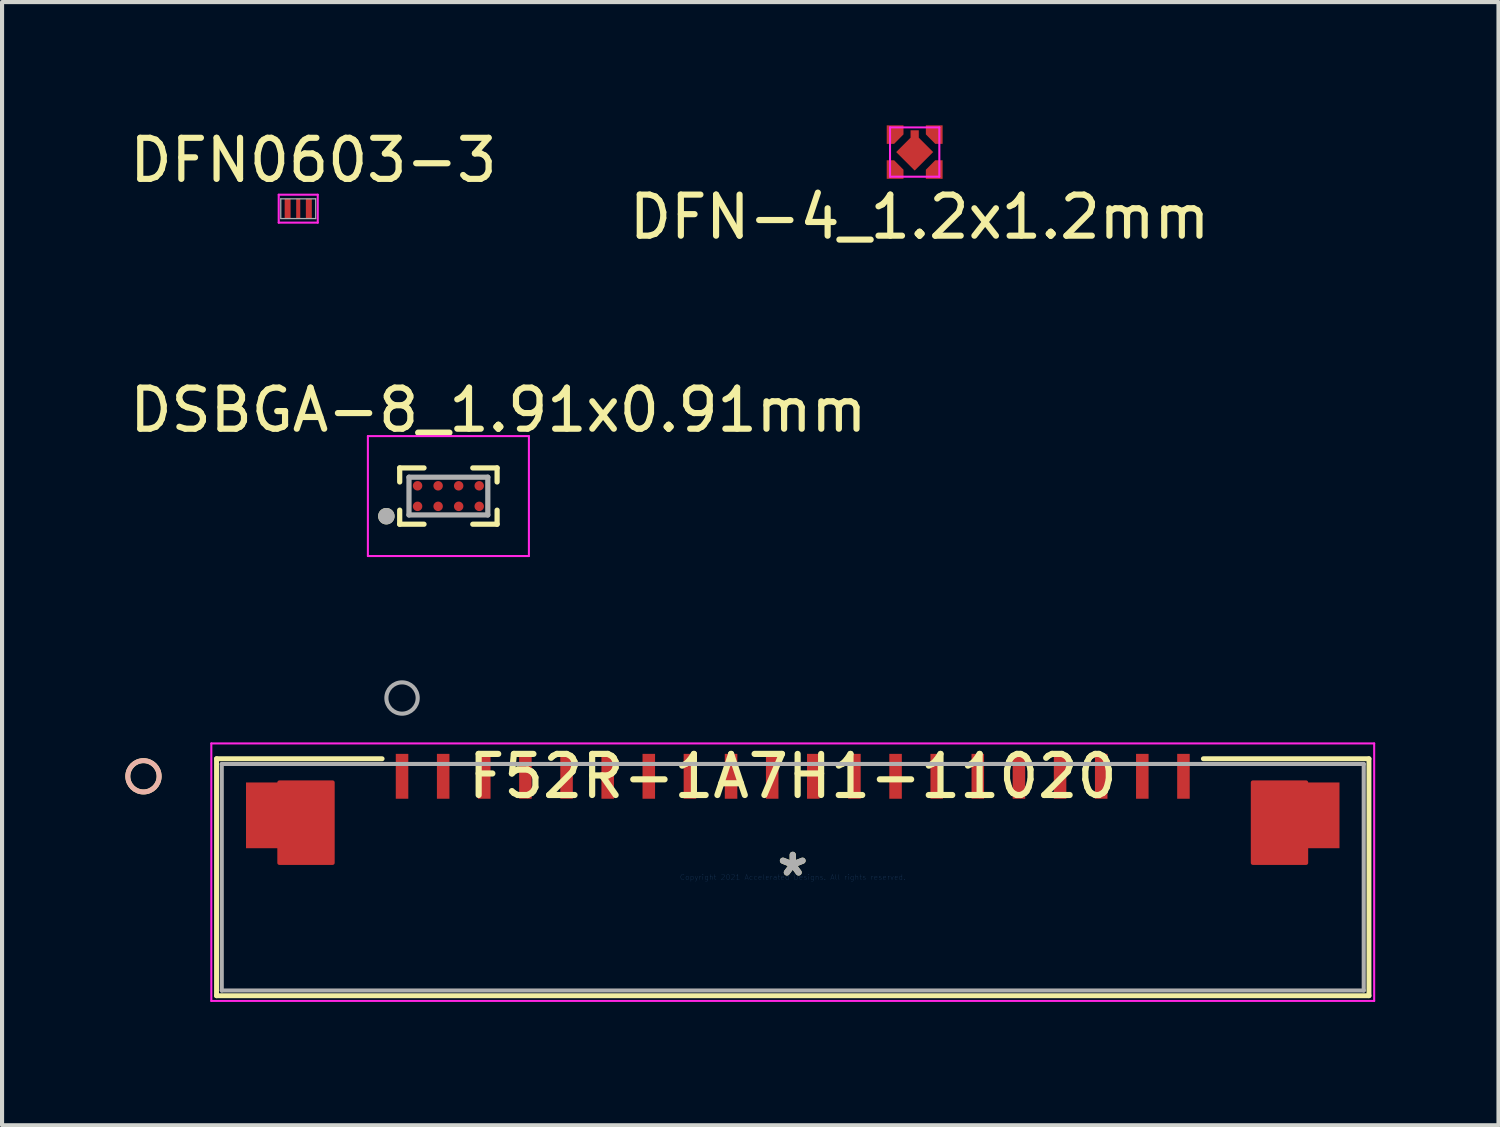
<source format=kicad_pcb>
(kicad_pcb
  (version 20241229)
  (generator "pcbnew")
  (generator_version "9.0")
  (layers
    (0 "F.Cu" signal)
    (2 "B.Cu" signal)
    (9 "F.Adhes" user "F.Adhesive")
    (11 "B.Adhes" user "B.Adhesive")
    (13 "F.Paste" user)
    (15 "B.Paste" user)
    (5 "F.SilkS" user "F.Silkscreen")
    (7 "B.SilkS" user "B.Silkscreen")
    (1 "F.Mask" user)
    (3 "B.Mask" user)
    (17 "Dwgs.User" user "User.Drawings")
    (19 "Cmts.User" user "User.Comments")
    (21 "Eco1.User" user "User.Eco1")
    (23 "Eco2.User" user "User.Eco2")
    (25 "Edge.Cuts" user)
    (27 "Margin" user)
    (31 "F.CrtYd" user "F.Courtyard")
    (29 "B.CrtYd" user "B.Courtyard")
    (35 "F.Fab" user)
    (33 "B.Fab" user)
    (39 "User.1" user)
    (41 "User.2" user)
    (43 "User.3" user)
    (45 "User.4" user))
  (footprint "DFN-4_1.2x1.2mm"
    (layer "F.Cu")
    (at 19.207 0.65)
    (property "Reference" "DFN-4_1.2x1.2mm" (at 0.12 1.58 0) (layer "F.SilkS") (effects (font (size 1 1) (thickness 0.15))))
    (attr through_hole)
    (fp_line (start -0.6 -0.6) (end 0.6 -0.6) (stroke (width 0.05) (type solid)) (layer "F.CrtYd"))
    (fp_line (start -0.6 0.6) (end -0.6 -0.6) (stroke (width 0.05) (type solid)) (layer "F.CrtYd"))
    (fp_line (start 0.6 -0.6) (end 0.6 0.6) (stroke (width 0.05) (type solid)) (layer "F.CrtYd"))
    (fp_line (start 0.6 0.6) (end -0.6 0.6) (stroke (width 0.05) (type solid)) (layer "F.CrtYd"))
    (pad "1" smd custom (at -0.48 0.45 180) (size 0.2 0.2) (layers "F.Cu" "F.Mask" "F.Paste") (options (anchor rect)) (primitives (gr_poly (pts (xy 0.2 -0.2) (xy -0.208 -0.2) (xy -0.208 0.02) (xy 0.02 0.25) (xy 0.2 0.25)) (width 0) (fill yes))))
    (pad "2" smd custom (at 0.48 0.45 180) (size 0.2 0.2) (layers "F.Cu" "F.Mask" "F.Paste") (options (anchor rect)) (primitives (gr_poly (pts (xy -0.2 -0.2) (xy 0.208 -0.2) (xy 0.208 0.02) (xy -0.02 0.25) (xy -0.2 0.25)) (width 0) (fill yes))))
    (pad "3" smd custom (at 0.48 -0.45) (size 0.2 0.2) (layers "F.Cu" "F.Mask" "F.Paste") (options (anchor rect)) (primitives (gr_poly (pts (xy 0.2 -0.2) (xy -0.208 -0.2) (xy -0.208 0.02) (xy 0.02 0.25) (xy 0.2 0.25)) (width 0) (fill yes))))
    (pad "4" smd custom (at -0.48 -0.45) (size 0.2 0.2) (layers "F.Cu" "F.Mask" "F.Paste") (options (anchor rect)) (primitives (gr_poly (pts (xy -0.2 -0.2) (xy 0.208 -0.2) (xy 0.208 0.02) (xy -0.02 0.25) (xy -0.2 0.25)) (width 0) (fill yes))))
    (pad "5" smd custom (at 0 0 180) (size 0.2 0.2) (layers "F.Cu" "F.Mask" "F.Paste") (options (anchor rect)) (primitives (gr_poly (pts (xy -0.45 0) (xy 0 -0.45) (xy 0.45 0) (xy 0.1 0.35) (xy 0.1 0.53) (xy -0.1 0.53) (xy -0.1 0.35)) (width 0) (fill yes)))))
  (footprint "DSBGA-8_1.91x0.91mm"
    (layer "F.Cu")
    (at 7.861 9.021)
    (property "Reference" "DSBGA-8_1.91x0.91mm" (at 1.216 -2.094 0) (layer "F.SilkS") (effects (font (size 1 1) (thickness 0.15))))
    (attr smd)
    (fp_line (start -1.185 -0.685) (end -1.185 -0.343) (stroke (width 0.127) (type solid)) (layer "F.SilkS"))
    (fp_line (start -1.185 -0.685) (end -0.593 -0.685) (stroke (width 0.127) (type solid)) (layer "F.SilkS"))
    (fp_line (start -1.185 0.685) (end -1.185 0.343) (stroke (width 0.127) (type solid)) (layer "F.SilkS"))
    (fp_line (start -1.185 0.685) (end -0.593 0.685) (stroke (width 0.127) (type solid)) (layer "F.SilkS"))
    (fp_line (start 1.185 -0.685) (end 0.593 -0.685) (stroke (width 0.127) (type solid)) (layer "F.SilkS"))
    (fp_line (start 1.185 -0.685) (end 1.185 -0.343) (stroke (width 0.127) (type solid)) (layer "F.SilkS"))
    (fp_line (start 1.185 0.685) (end 0.593 0.685) (stroke (width 0.127) (type solid)) (layer "F.SilkS"))
    (fp_line (start 1.185 0.685) (end 1.185 0.343) (stroke (width 0.127) (type solid)) (layer "F.SilkS"))
    (fp_circle (center -1.51 0.49) (end -1.41 0.49) (stroke (width 0.2) (type solid)) (fill no) (layer "F.SilkS"))
    (fp_line (start -1.959 -1.459) (end 1.959 -1.459) (stroke (width 0.05) (type solid)) (layer "F.CrtYd"))
    (fp_line (start -1.959 1.459) (end -1.959 -1.459) (stroke (width 0.05) (type solid)) (layer "F.CrtYd"))
    (fp_line (start -1.959 1.459) (end 1.959 1.459) (stroke (width 0.05) (type solid)) (layer "F.CrtYd"))
    (fp_line (start 1.959 1.459) (end 1.959 -1.459) (stroke (width 0.05) (type solid)) (layer "F.CrtYd"))
    (fp_line (start -0.959 0.459) (end -0.959 -0.459) (stroke (width 0.127) (type solid)) (layer "F.Fab"))
    (fp_line (start 0.959 -0.459) (end -0.959 -0.459) (stroke (width 0.127) (type solid)) (layer "F.Fab"))
    (fp_line (start 0.959 0.459) (end -0.959 0.459) (stroke (width 0.127) (type solid)) (layer "F.Fab"))
    (fp_line (start 0.959 0.459) (end 0.959 -0.459) (stroke (width 0.127) (type solid)) (layer "F.Fab"))
    (fp_circle (center -1.51 0.49) (end -1.41 0.49) (stroke (width 0.2) (type solid)) (fill no) (layer "F.Fab"))
    (pad "1" smd circle (at -0.75 0.25) (size 0.23 0.23) (layers "F.Cu" "F.Mask" "F.Paste"))
    (pad "2" smd circle (at -0.25 0.25) (size 0.23 0.23) (layers "F.Cu" "F.Mask" "F.Paste"))
    (pad "3" smd circle (at 0.25 0.25) (size 0.23 0.23) (layers "F.Cu" "F.Mask" "F.Paste"))
    (pad "4" smd circle (at 0.75 0.25) (size 0.23 0.23) (layers "F.Cu" "F.Mask" "F.Paste"))
    (pad "5" smd circle (at 0.75 -0.25) (size 0.23 0.23) (layers "F.Cu" "F.Mask" "F.Paste"))
    (pad "6" smd circle (at 0.25 -0.25) (size 0.23 0.23) (layers "F.Cu" "F.Mask" "F.Paste"))
    (pad "7" smd circle (at -0.25 -0.25) (size 0.23 0.23) (layers "F.Cu" "F.Mask" "F.Paste"))
    (pad "8" smd circle (at -0.75 -0.25) (size 0.23 0.23) (layers "F.Cu" "F.Mask" "F.Paste")))
  (footprint "DFN0603-3"
    (layer "F.Cu")
    (at 4.207 2.028)
    (property "Reference" "DFN0603-3" (at 0.37 -1.18 0) (layer "F.SilkS") (effects (font (size 1 1) (thickness 0.15))))
    (attr smd)
    (fp_line (start -0.475 -0.34) (end 0.475 -0.34) (stroke (width 0.05) (type solid)) (layer "F.CrtYd"))
    (fp_line (start -0.475 0.34) (end -0.475 -0.34) (stroke (width 0.05) (type solid)) (layer "F.CrtYd"))
    (fp_line (start -0.475 0.34) (end 0.475 0.34) (stroke (width 0.05) (type solid)) (layer "F.CrtYd"))
    (fp_line (start 0.475 0.34) (end 0.475 -0.34) (stroke (width 0.05) (type solid)) (layer "F.CrtYd"))
    (fp_line (start -0.425 -0.24) (end 0.425 -0.24) (stroke (width 0.03) (type solid)) (layer "F.Fab"))
    (fp_line (start -0.425 0.24) (end -0.425 -0.24) (stroke (width 0.03) (type solid)) (layer "F.Fab"))
    (fp_line (start -0.425 0.24) (end 0.425 0.24) (stroke (width 0.03) (type solid)) (layer "F.Fab"))
    (fp_line (start 0.425 0.24) (end 0.425 -0.24) (stroke (width 0.03) (type solid)) (layer "F.Fab"))
    (pad "1" smd rect (at -0.258 0) (size 0.145 0.48) (layers "F.Cu" "F.Mask" "F.Paste"))
    (pad "2" smd rect (at 0 0) (size 0.1 0.48) (layers "F.Cu" "F.Mask" "F.Paste"))
    (pad "3" smd rect (at 0.258 0) (size 0.145 0.48) (layers "F.Cu" "F.Mask" "F.Paste")))
  (footprint "F52R-1A7H1-11020"
    (layer "F.Cu")
    (at 16.24 18.296)
    (property "Reference" "F52R-1A7H1-11020" (at 0 -2.456 0) (layer "F.SilkS") (effects (font (size 1 1) (thickness 0.15))))
    (attr through_hole)
    (fp_poly (pts (xy -12.492 -0.35) (xy -12.492 -2.306) (xy -11.196 -2.306) (xy -11.196 -0.35)) (stroke (width 0.1) (type solid)) (fill yes) (layer "F.Cu"))
    (fp_poly (pts (xy 12.492 -0.35) (xy 12.492 -2.306) (xy 11.196 -2.306) (xy 11.196 -0.35)) (stroke (width 0.1) (type solid)) (fill yes) (layer "F.Cu"))
    (fp_poly (pts (xy -12.492 -0.35) (xy -12.492 -2.306) (xy -11.196 -2.306) (xy -11.196 -0.35)) (stroke (width 0.1) (type solid)) (fill yes) (layer "F.Mask"))
    (fp_poly (pts (xy 12.492 -0.35) (xy 12.492 -2.306) (xy 11.196 -2.306) (xy 11.196 -0.35)) (stroke (width 0.1) (type solid)) (fill yes) (layer "F.Mask"))
    (fp_line (start -14.021 -2.883) (end -14.021 2.883) (stroke (width 0.12) (type solid)) (layer "F.SilkS"))
    (fp_line (start -14.021 2.883) (end 14.021 2.883) (stroke (width 0.12) (type solid)) (layer "F.SilkS"))
    (fp_line (start -9.992 -2.883) (end -14.021 -2.883) (stroke (width 0.12) (type solid)) (layer "F.SilkS"))
    (fp_line (start 14.021 -2.883) (end 9.992 -2.883) (stroke (width 0.12) (type solid)) (layer "F.SilkS"))
    (fp_line (start 14.021 2.883) (end 14.021 -2.883) (stroke (width 0.12) (type solid)) (layer "F.SilkS"))
    (fp_circle (center -15.799 -2.456) (end -15.418 -2.456) (stroke (width 0.12) (type solid)) (fill no) (layer "F.SilkS"))
    (fp_circle (center -15.799 -2.456) (end -15.418 -2.456) (stroke (width 0.12) (type solid)) (fill no) (layer "B.SilkS"))
    (fp_poly (pts (xy -12.492 -0.35) (xy -12.492 -2.306) (xy -11.196 -2.306) (xy -11.196 -0.35)) (stroke (width 0.1) (type solid)) (fill yes) (layer "F.Paste"))
    (fp_poly (pts (xy 12.492 -0.35) (xy 12.492 -2.306) (xy 11.196 -2.306) (xy 11.196 -0.35)) (stroke (width 0.1) (type solid)) (fill yes) (layer "F.Paste"))
    (fp_line (start -14.148 -3.256) (end -14.148 3.01) (stroke (width 0.05) (type solid)) (layer "F.CrtYd"))
    (fp_line (start -14.148 3.01) (end 14.148 3.01) (stroke (width 0.05) (type solid)) (layer "F.CrtYd"))
    (fp_line (start 14.148 -3.256) (end -14.148 -3.256) (stroke (width 0.05) (type solid)) (layer "F.CrtYd"))
    (fp_line (start 14.148 3.01) (end 14.148 -3.256) (stroke (width 0.05) (type solid)) (layer "F.CrtYd"))
    (fp_line (start -13.894 -2.756) (end -13.894 2.756) (stroke (width 0.1) (type solid)) (layer "F.Fab"))
    (fp_line (start -13.894 2.756) (end 13.894 2.756) (stroke (width 0.1) (type solid)) (layer "F.Fab"))
    (fp_line (start 13.894 -2.756) (end -13.894 -2.756) (stroke (width 0.1) (type solid)) (layer "F.Fab"))
    (fp_line (start 13.894 2.756) (end 13.894 -2.756) (stroke (width 0.1) (type solid)) (layer "F.Fab"))
    (fp_circle (center -9.507 -4.361) (end -9.126 -4.361) (stroke (width 0.1) (type solid)) (fill no) (layer "F.Fab"))
    (fp_text user "*" (at 0 0 0) (layer "F.SilkS") (effects (font (size 1 1) (thickness 0.15))))
    (fp_text user "Copyright 2021 Accelerated Designs. All rights reserved." (at 0 0 0) (layer "Cmts.User") (effects (font (size 0.127 0.127) (thickness 0.002))))
    (fp_text user "*" (at 0 0 0) (layer "F.Fab") (effects (font (size 1 1) (thickness 0.15))))
    (pad "1" smd rect (at -9.507 -2.456) (size 0.305 1.092) (layers "F.Cu" "F.Mask" "F.Paste"))
    (pad "2" smd rect (at -8.506 -2.456) (size 0.305 1.092) (layers "F.Cu" "F.Mask" "F.Paste"))
    (pad "3" smd rect (at -7.506 -2.456) (size 0.305 1.092) (layers "F.Cu" "F.Mask" "F.Paste"))
    (pad "4" smd rect (at -6.505 -2.456) (size 0.305 1.092) (layers "F.Cu" "F.Mask" "F.Paste"))
    (pad "5" smd rect (at -5.504 -2.456) (size 0.305 1.092) (layers "F.Cu" "F.Mask" "F.Paste"))
    (pad "6" smd rect (at -4.503 -2.456) (size 0.305 1.092) (layers "F.Cu" "F.Mask" "F.Paste"))
    (pad "7" smd rect (at -3.503 -2.456) (size 0.305 1.092) (layers "F.Cu" "F.Mask" "F.Paste"))
    (pad "8" smd rect (at -2.502 -2.456) (size 0.305 1.092) (layers "F.Cu" "F.Mask" "F.Paste"))
    (pad "9" smd rect (at -1.501 -2.456) (size 0.305 1.092) (layers "F.Cu" "F.Mask" "F.Paste"))
    (pad "10" smd rect (at -0.5 -2.456) (size 0.305 1.092) (layers "F.Cu" "F.Mask" "F.Paste"))
    (pad "11" smd rect (at 0.5 -2.456) (size 0.305 1.092) (layers "F.Cu" "F.Mask" "F.Paste"))
    (pad "12" smd rect (at 1.501 -2.456) (size 0.305 1.092) (layers "F.Cu" "F.Mask" "F.Paste"))
    (pad "13" smd rect (at 2.502 -2.456) (size 0.305 1.092) (layers "F.Cu" "F.Mask" "F.Paste"))
    (pad "14" smd rect (at 3.503 -2.456) (size 0.305 1.092) (layers "F.Cu" "F.Mask" "F.Paste"))
    (pad "15" smd rect (at 4.503 -2.456) (size 0.305 1.092) (layers "F.Cu" "F.Mask" "F.Paste"))
    (pad "16" smd rect (at 5.504 -2.456) (size 0.305 1.092) (layers "F.Cu" "F.Mask" "F.Paste"))
    (pad "17" smd rect (at 6.505 -2.456) (size 0.305 1.092) (layers "F.Cu" "F.Mask" "F.Paste"))
    (pad "18" smd rect (at 7.506 -2.456) (size 0.305 1.092) (layers "F.Cu" "F.Mask" "F.Paste"))
    (pad "19" smd rect (at 8.506 -2.456) (size 0.305 1.092) (layers "F.Cu" "F.Mask" "F.Paste"))
    (pad "20" smd rect (at 9.507 -2.456) (size 0.305 1.092) (layers "F.Cu" "F.Mask" "F.Paste"))
    (pad "21" smd rect (at -12.25 -1.506) (size 2.108 1.6) (layers "F.Cu" "F.Mask" "F.Paste"))
    (pad "22" smd rect (at 12.25 -1.506) (size 2.108 1.6) (layers "F.Cu" "F.Mask" "F.Paste")))
  (gr_rect
    (start -3 -3)
    (end 33.413 24.331)
    (stroke (width 0.1) (type default))
    (fill no)
    (layer "Edge.Cuts")))
</source>
